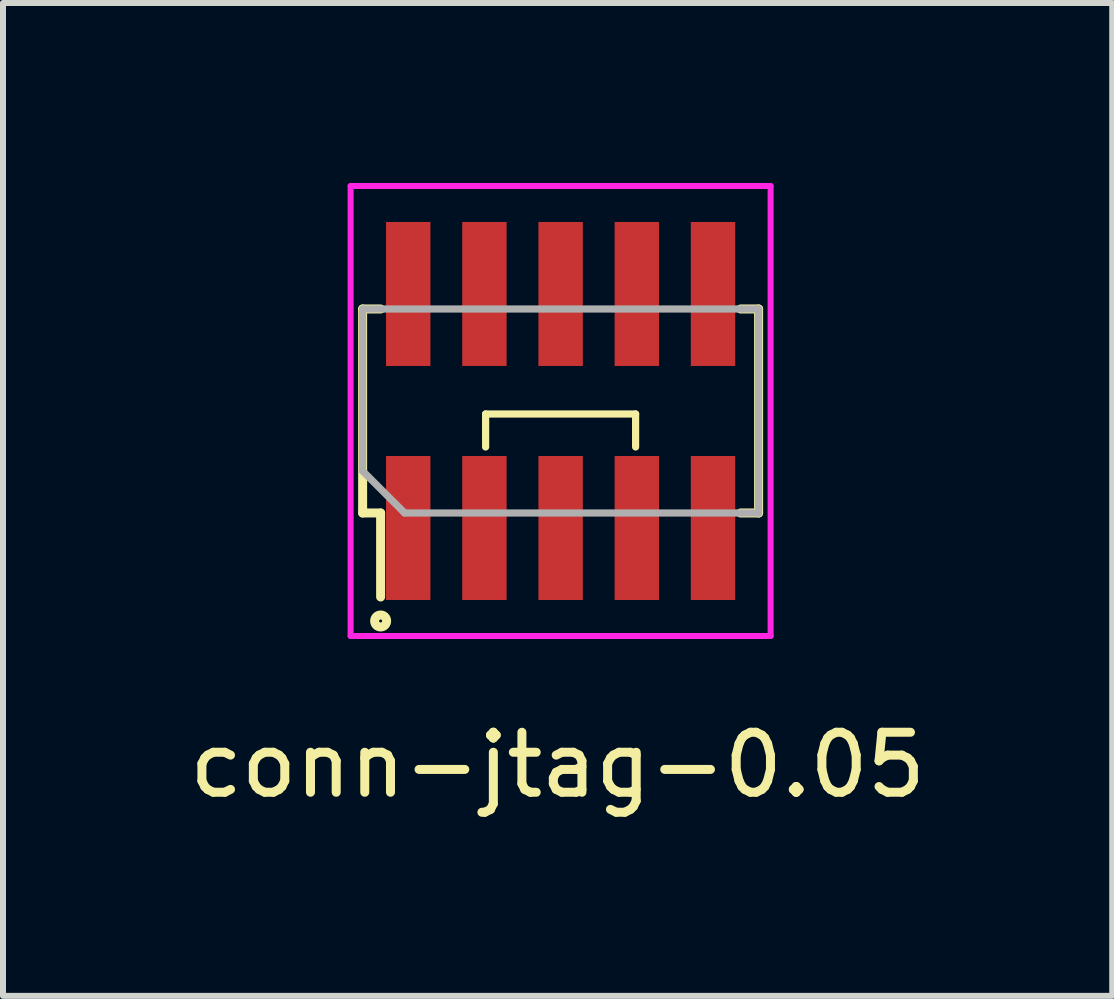
<source format=kicad_pcb>
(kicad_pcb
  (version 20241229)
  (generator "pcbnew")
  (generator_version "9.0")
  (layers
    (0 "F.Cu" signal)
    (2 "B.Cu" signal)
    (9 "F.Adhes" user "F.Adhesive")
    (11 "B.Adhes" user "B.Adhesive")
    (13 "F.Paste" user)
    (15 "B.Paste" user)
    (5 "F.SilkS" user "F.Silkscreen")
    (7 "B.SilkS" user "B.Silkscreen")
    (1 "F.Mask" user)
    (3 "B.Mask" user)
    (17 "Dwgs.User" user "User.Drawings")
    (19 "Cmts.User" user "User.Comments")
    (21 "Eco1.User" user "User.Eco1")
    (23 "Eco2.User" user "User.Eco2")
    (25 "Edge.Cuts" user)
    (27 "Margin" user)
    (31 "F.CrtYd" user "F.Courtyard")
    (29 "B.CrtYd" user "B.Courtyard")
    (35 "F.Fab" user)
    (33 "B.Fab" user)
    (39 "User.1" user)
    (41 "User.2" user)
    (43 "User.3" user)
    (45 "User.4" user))
  (footprint "conn-jtag-0.05"
    (layer "F.Cu")
    (at 6.294 3.8)
    (property "Reference" "conn-jtag-0.05" (at -0.05 5.9 0) (layer "F.SilkS") (effects (font (size 1 1) (thickness 0.15))))
    (attr through_hole)
    (fp_line (start -3.3 -1.7) (end -3 -1.7) (stroke (width 0.15) (type solid)) (layer "F.SilkS"))
    (fp_line (start -3.3 1.7) (end -3.3 -1.7) (stroke (width 0.15) (type solid)) (layer "F.SilkS"))
    (fp_line (start -3.3 1.7) (end -3 1.7) (stroke (width 0.15) (type solid)) (layer "F.SilkS"))
    (fp_line (start -3 1.7) (end -3 3.1) (stroke (width 0.15) (type solid)) (layer "F.SilkS"))
    (fp_line (start -1.25 0.05) (end 1.25 0.05) (stroke (width 0.12) (type solid)) (layer "F.SilkS"))
    (fp_line (start -1.25 0.6) (end -1.25 0.05) (stroke (width 0.12) (type solid)) (layer "F.SilkS"))
    (fp_line (start 1.25 0.05) (end 1.25 0.6) (stroke (width 0.12) (type solid)) (layer "F.SilkS"))
    (fp_line (start 3.3 -1.7) (end 3 -1.7) (stroke (width 0.15) (type solid)) (layer "F.SilkS"))
    (fp_line (start 3.3 -1.7) (end 3.3 1.7) (stroke (width 0.15) (type solid)) (layer "F.SilkS"))
    (fp_line (start 3.3 1.7) (end 3 1.7) (stroke (width 0.15) (type solid)) (layer "F.SilkS"))
    (fp_circle (center -3 3.5) (end -2.9 3.5) (stroke (width 0.15) (type solid)) (fill no) (layer "F.SilkS"))
    (fp_line (start -3.5 -3.75) (end 3.5 -3.75) (stroke (width 0.1) (type solid)) (layer "F.CrtYd"))
    (fp_line (start -3.5 3.75) (end -3.5 -3.75) (stroke (width 0.1) (type solid)) (layer "F.CrtYd"))
    (fp_line (start 3.5 -3.75) (end 3.5 3.75) (stroke (width 0.1) (type solid)) (layer "F.CrtYd"))
    (fp_line (start 3.5 3.75) (end -3.5 3.75) (stroke (width 0.1) (type solid)) (layer "F.CrtYd"))
    (fp_line (start -3.3 -1.7) (end 3.3 -1.7) (stroke (width 0.12) (type solid)) (layer "F.Fab"))
    (fp_line (start -3.3 1) (end -3.3 -1.7) (stroke (width 0.12) (type solid)) (layer "F.Fab"))
    (fp_line (start -2.6 1.7) (end -3.3 1) (stroke (width 0.12) (type solid)) (layer "F.Fab"))
    (fp_line (start 3.3 -1.7) (end 3.3 1.7) (stroke (width 0.12) (type solid)) (layer "F.Fab"))
    (fp_line (start 3.3 1.7) (end -2.6 1.7) (stroke (width 0.12) (type solid)) (layer "F.Fab"))
    (pad "1" smd rect (at -2.54 1.95) (size 0.74 2.4) (layers "F.Cu" "F.Mask" "F.Paste"))
    (pad "2" smd rect (at -2.54 -1.95) (size 0.74 2.4) (layers "F.Cu" "F.Mask" "F.Paste"))
    (pad "3" smd rect (at -1.27 1.95) (size 0.74 2.4) (layers "F.Cu" "F.Mask" "F.Paste"))
    (pad "4" smd rect (at -1.27 -1.95) (size 0.74 2.4) (layers "F.Cu" "F.Mask" "F.Paste"))
    (pad "5" smd rect (at 0 1.95) (size 0.74 2.4) (layers "F.Cu" "F.Mask" "F.Paste"))
    (pad "6" smd rect (at 0 -1.95) (size 0.74 2.4) (layers "F.Cu" "F.Mask" "F.Paste"))
    (pad "7" smd rect (at 1.27 1.95) (size 0.74 2.4) (layers "F.Cu" "F.Mask" "F.Paste"))
    (pad "8" smd rect (at 1.27 -1.95) (size 0.74 2.4) (layers "F.Cu" "F.Mask" "F.Paste"))
    (pad "9" smd rect (at 2.54 1.95) (size 0.74 2.4) (layers "F.Cu" "F.Mask" "F.Paste"))
    (pad "10" smd rect (at 2.54 -1.95) (size 0.74 2.4) (layers "F.Cu" "F.Mask" "F.Paste")))
  (gr_rect
    (start -3 -3)
    (end 15.488 13.548)
    (stroke (width 0.1) (type default))
    (fill no)
    (layer "Edge.Cuts")))
</source>
